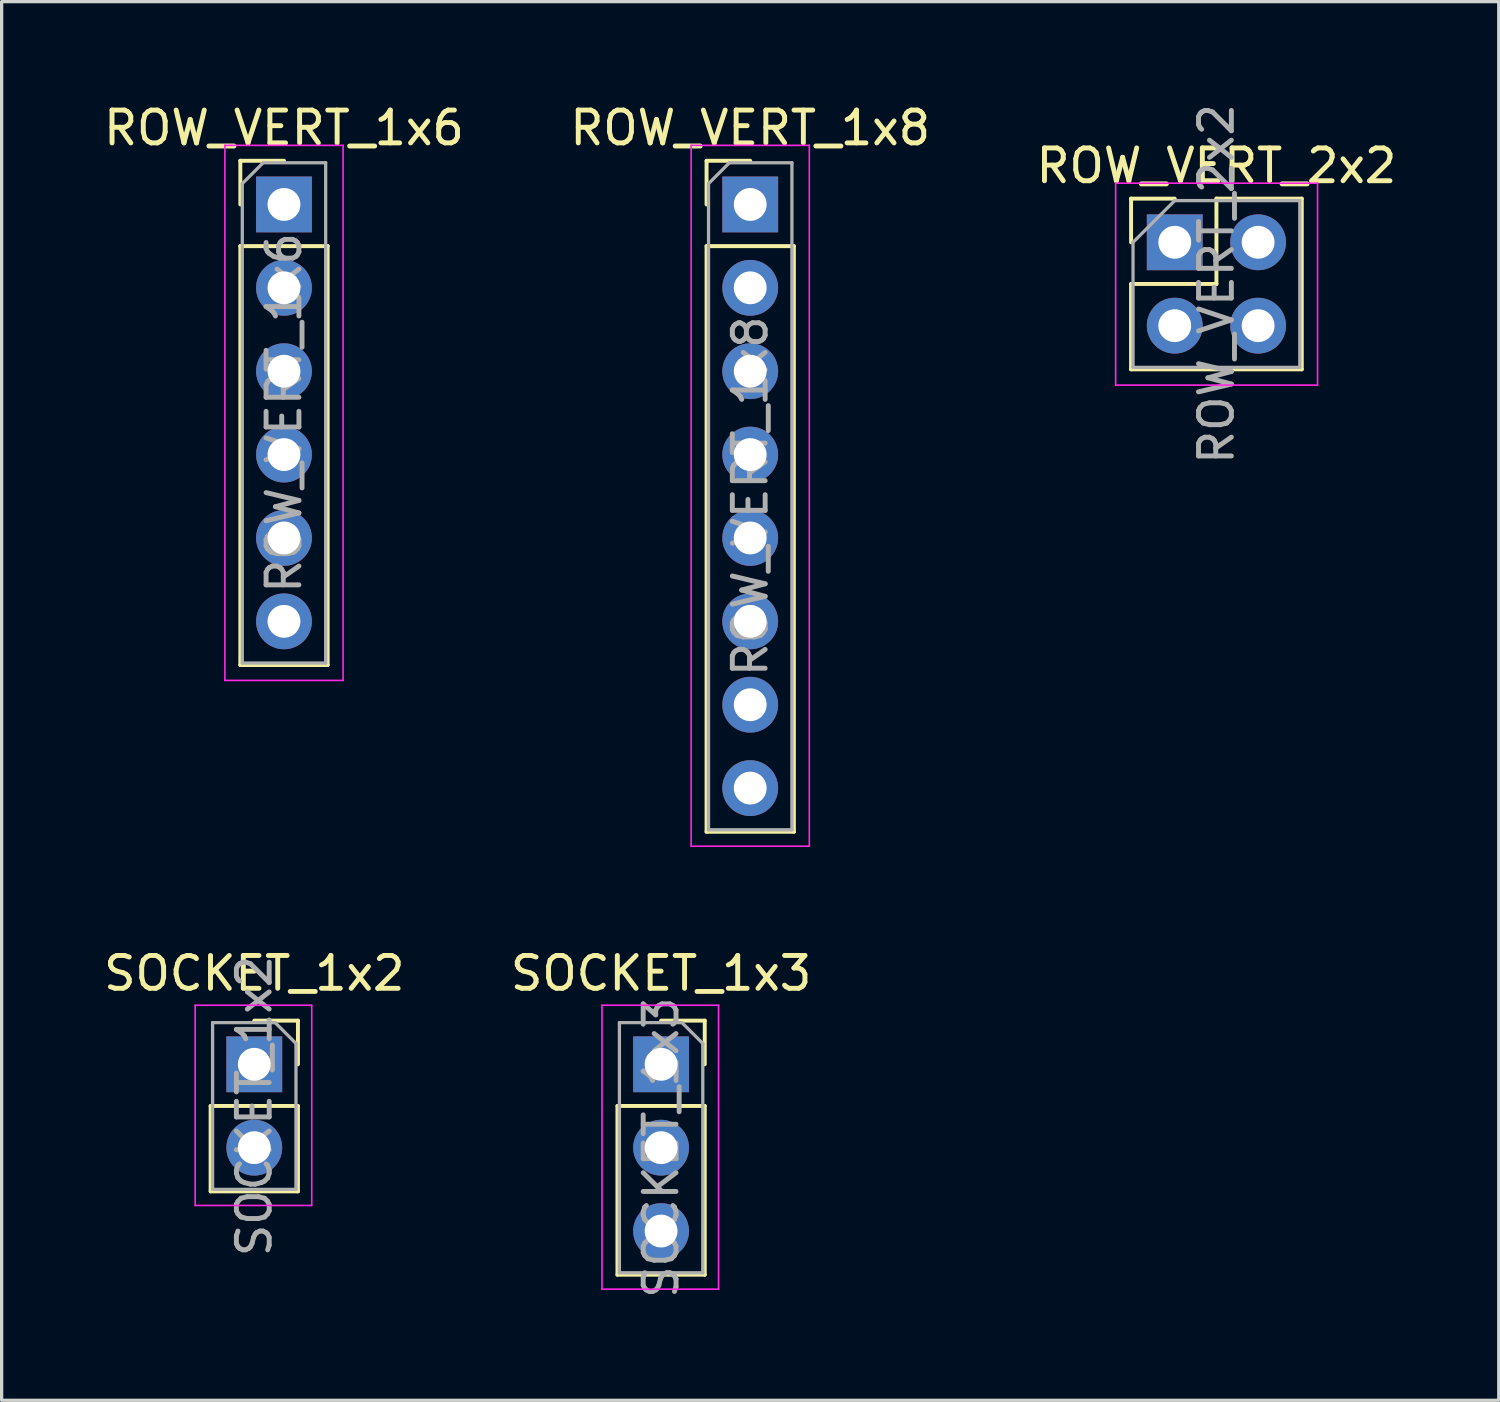
<source format=kicad_pcb>
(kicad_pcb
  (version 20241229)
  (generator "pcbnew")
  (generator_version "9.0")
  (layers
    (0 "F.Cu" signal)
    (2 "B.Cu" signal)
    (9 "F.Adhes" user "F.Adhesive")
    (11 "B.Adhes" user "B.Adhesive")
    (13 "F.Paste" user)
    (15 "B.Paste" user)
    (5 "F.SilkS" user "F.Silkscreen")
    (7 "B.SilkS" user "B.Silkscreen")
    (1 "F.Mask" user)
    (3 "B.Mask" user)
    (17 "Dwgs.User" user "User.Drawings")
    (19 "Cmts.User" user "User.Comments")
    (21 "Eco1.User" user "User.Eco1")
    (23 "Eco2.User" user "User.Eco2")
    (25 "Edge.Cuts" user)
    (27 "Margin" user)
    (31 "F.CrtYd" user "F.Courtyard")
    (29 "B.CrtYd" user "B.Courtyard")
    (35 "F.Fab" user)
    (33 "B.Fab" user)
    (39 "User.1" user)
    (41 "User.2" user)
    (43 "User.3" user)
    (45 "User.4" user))
  (footprint "SOCKET_1x3"
    (layer "F.Cu")
    (at 17.089 29.372)
    (property "Reference" "SOCKET_1x3" (at 0 -2.77 0) (layer "F.SilkS") (effects (font (size 1 1) (thickness 0.15))))
    (attr through_hole)
    (fp_line (start -1.33 1.27) (end -1.33 6.41) (stroke (width 0.12) (type solid)) (layer "F.SilkS"))
    (fp_line (start -1.33 1.27) (end 1.33 1.27) (stroke (width 0.12) (type solid)) (layer "F.SilkS"))
    (fp_line (start -1.33 6.41) (end 1.33 6.41) (stroke (width 0.12) (type solid)) (layer "F.SilkS"))
    (fp_line (start 0 -1.33) (end 1.33 -1.33) (stroke (width 0.12) (type solid)) (layer "F.SilkS"))
    (fp_line (start 1.33 -1.33) (end 1.33 0) (stroke (width 0.12) (type solid)) (layer "F.SilkS"))
    (fp_line (start 1.33 1.27) (end 1.33 6.41) (stroke (width 0.12) (type solid)) (layer "F.SilkS"))
    (fp_line (start -1.8 -1.8) (end 1.75 -1.8) (stroke (width 0.05) (type solid)) (layer "F.CrtYd"))
    (fp_line (start -1.8 6.85) (end -1.8 -1.8) (stroke (width 0.05) (type solid)) (layer "F.CrtYd"))
    (fp_line (start 1.75 -1.8) (end 1.75 6.85) (stroke (width 0.05) (type solid)) (layer "F.CrtYd"))
    (fp_line (start 1.75 6.85) (end -1.8 6.85) (stroke (width 0.05) (type solid)) (layer "F.CrtYd"))
    (fp_line (start -1.27 -1.27) (end 0.635 -1.27) (stroke (width 0.1) (type solid)) (layer "F.Fab"))
    (fp_line (start -1.27 6.35) (end -1.27 -1.27) (stroke (width 0.1) (type solid)) (layer "F.Fab"))
    (fp_line (start 0.635 -1.27) (end 1.27 -0.635) (stroke (width 0.1) (type solid)) (layer "F.Fab"))
    (fp_line (start 1.27 -0.635) (end 1.27 6.35) (stroke (width 0.1) (type solid)) (layer "F.Fab"))
    (fp_line (start 1.27 6.35) (end -1.27 6.35) (stroke (width 0.1) (type solid)) (layer "F.Fab"))
    (fp_text user "${REFERENCE}" (at 0 2.54 90) (layer "F.Fab") (effects (font (size 1 1) (thickness 0.15))))
    (pad "1" thru_hole rect (at 0 0) (size 1.7 1.7) (drill 1) (layers "*.Cu" "*.Mask"))
    (pad "2" thru_hole oval (at 0 2.54) (size 1.7 1.7) (drill 1) (layers "*.Cu" "*.Mask"))
    (pad "3" thru_hole oval (at 0 5.08) (size 1.7 1.7) (drill 1) (layers "*.Cu" "*.Mask")))
  (footprint "ROW_VERT_2x2"
    (layer "F.Cu")
    (at 32.736 4.331)
    (property "Reference" "ROW_VERT_2x2" (at 1.27 -2.33 0) (layer "F.SilkS") (effects (font (size 1 1) (thickness 0.15))))
    (attr through_hole)
    (fp_line (start -1.33 -1.33) (end 0 -1.33) (stroke (width 0.12) (type solid)) (layer "F.SilkS"))
    (fp_line (start -1.33 0) (end -1.33 -1.33) (stroke (width 0.12) (type solid)) (layer "F.SilkS"))
    (fp_line (start -1.33 1.27) (end -1.33 3.87) (stroke (width 0.12) (type solid)) (layer "F.SilkS"))
    (fp_line (start -1.33 1.27) (end 1.27 1.27) (stroke (width 0.12) (type solid)) (layer "F.SilkS"))
    (fp_line (start -1.33 3.87) (end 3.87 3.87) (stroke (width 0.12) (type solid)) (layer "F.SilkS"))
    (fp_line (start 1.27 -1.33) (end 3.87 -1.33) (stroke (width 0.12) (type solid)) (layer "F.SilkS"))
    (fp_line (start 1.27 1.27) (end 1.27 -1.33) (stroke (width 0.12) (type solid)) (layer "F.SilkS"))
    (fp_line (start 3.87 -1.33) (end 3.87 3.87) (stroke (width 0.12) (type solid)) (layer "F.SilkS"))
    (fp_line (start -1.8 -1.8) (end -1.8 4.35) (stroke (width 0.05) (type solid)) (layer "F.CrtYd"))
    (fp_line (start -1.8 4.35) (end 4.35 4.35) (stroke (width 0.05) (type solid)) (layer "F.CrtYd"))
    (fp_line (start 4.35 -1.8) (end -1.8 -1.8) (stroke (width 0.05) (type solid)) (layer "F.CrtYd"))
    (fp_line (start 4.35 4.35) (end 4.35 -1.8) (stroke (width 0.05) (type solid)) (layer "F.CrtYd"))
    (fp_line (start -1.27 0) (end 0 -1.27) (stroke (width 0.1) (type solid)) (layer "F.Fab"))
    (fp_line (start -1.27 3.81) (end -1.27 0) (stroke (width 0.1) (type solid)) (layer "F.Fab"))
    (fp_line (start 0 -1.27) (end 3.81 -1.27) (stroke (width 0.1) (type solid)) (layer "F.Fab"))
    (fp_line (start 3.81 -1.27) (end 3.81 3.81) (stroke (width 0.1) (type solid)) (layer "F.Fab"))
    (fp_line (start 3.81 3.81) (end -1.27 3.81) (stroke (width 0.1) (type solid)) (layer "F.Fab"))
    (fp_text user "${REFERENCE}" (at 1.27 1.27 90) (layer "F.Fab") (effects (font (size 1 1) (thickness 0.15))))
    (pad "1" thru_hole rect (at 0 0) (size 1.7 1.7) (drill 1) (layers "*.Cu" "*.Mask"))
    (pad "2" thru_hole oval (at 2.54 0) (size 1.7 1.7) (drill 1) (layers "*.Cu" "*.Mask"))
    (pad "3" thru_hole oval (at 0 2.54) (size 1.7 1.7) (drill 1) (layers "*.Cu" "*.Mask"))
    (pad "4" thru_hole oval (at 2.54 2.54) (size 1.7 1.7) (drill 1) (layers "*.Cu" "*.Mask")))
  (footprint "SOCKET_1x2"
    (layer "F.Cu")
    (at 4.696 29.372)
    (property "Reference" "SOCKET_1x2" (at 0 -2.77 0) (layer "F.SilkS") (effects (font (size 1 1) (thickness 0.15))))
    (attr through_hole)
    (fp_line (start -1.33 1.27) (end -1.33 3.87) (stroke (width 0.12) (type solid)) (layer "F.SilkS"))
    (fp_line (start -1.33 1.27) (end 1.33 1.27) (stroke (width 0.12) (type solid)) (layer "F.SilkS"))
    (fp_line (start -1.33 3.87) (end 1.33 3.87) (stroke (width 0.12) (type solid)) (layer "F.SilkS"))
    (fp_line (start 0 -1.33) (end 1.33 -1.33) (stroke (width 0.12) (type solid)) (layer "F.SilkS"))
    (fp_line (start 1.33 -1.33) (end 1.33 0) (stroke (width 0.12) (type solid)) (layer "F.SilkS"))
    (fp_line (start 1.33 1.27) (end 1.33 3.87) (stroke (width 0.12) (type solid)) (layer "F.SilkS"))
    (fp_line (start -1.8 -1.8) (end 1.75 -1.8) (stroke (width 0.05) (type solid)) (layer "F.CrtYd"))
    (fp_line (start -1.8 4.3) (end -1.8 -1.8) (stroke (width 0.05) (type solid)) (layer "F.CrtYd"))
    (fp_line (start 1.75 -1.8) (end 1.75 4.3) (stroke (width 0.05) (type solid)) (layer "F.CrtYd"))
    (fp_line (start 1.75 4.3) (end -1.8 4.3) (stroke (width 0.05) (type solid)) (layer "F.CrtYd"))
    (fp_line (start -1.27 -1.27) (end 0.635 -1.27) (stroke (width 0.1) (type solid)) (layer "F.Fab"))
    (fp_line (start -1.27 3.81) (end -1.27 -1.27) (stroke (width 0.1) (type solid)) (layer "F.Fab"))
    (fp_line (start 0.635 -1.27) (end 1.27 -0.635) (stroke (width 0.1) (type solid)) (layer "F.Fab"))
    (fp_line (start 1.27 -0.635) (end 1.27 3.81) (stroke (width 0.1) (type solid)) (layer "F.Fab"))
    (fp_line (start 1.27 3.81) (end -1.27 3.81) (stroke (width 0.1) (type solid)) (layer "F.Fab"))
    (fp_text user "${REFERENCE}" (at 0 1.27 90) (layer "F.Fab") (effects (font (size 1 1) (thickness 0.15))))
    (pad "1" thru_hole rect (at 0 0) (size 1.7 1.7) (drill 1) (layers "*.Cu" "*.Mask"))
    (pad "2" thru_hole oval (at 0 2.54) (size 1.7 1.7) (drill 1) (layers "*.Cu" "*.Mask")))
  (footprint "ROW_VERT_1x8"
    (layer "F.Cu")
    (at 19.804 3.178)
    (property "Reference" "ROW_VERT_1x8" (at 0 -2.33 0) (layer "F.SilkS") (effects (font (size 1 1) (thickness 0.15))))
    (attr through_hole)
    (fp_line (start -1.33 -1.33) (end 0 -1.33) (stroke (width 0.12) (type solid)) (layer "F.SilkS"))
    (fp_line (start -1.33 0) (end -1.33 -1.33) (stroke (width 0.12) (type solid)) (layer "F.SilkS"))
    (fp_line (start -1.33 1.27) (end -1.33 19.11) (stroke (width 0.12) (type solid)) (layer "F.SilkS"))
    (fp_line (start -1.33 1.27) (end 1.33 1.27) (stroke (width 0.12) (type solid)) (layer "F.SilkS"))
    (fp_line (start -1.33 19.11) (end 1.33 19.11) (stroke (width 0.12) (type solid)) (layer "F.SilkS"))
    (fp_line (start 1.33 1.27) (end 1.33 19.11) (stroke (width 0.12) (type solid)) (layer "F.SilkS"))
    (fp_line (start -1.8 -1.8) (end -1.8 19.55) (stroke (width 0.05) (type solid)) (layer "F.CrtYd"))
    (fp_line (start -1.8 19.55) (end 1.8 19.55) (stroke (width 0.05) (type solid)) (layer "F.CrtYd"))
    (fp_line (start 1.8 -1.8) (end -1.8 -1.8) (stroke (width 0.05) (type solid)) (layer "F.CrtYd"))
    (fp_line (start 1.8 19.55) (end 1.8 -1.8) (stroke (width 0.05) (type solid)) (layer "F.CrtYd"))
    (fp_line (start -1.27 -0.635) (end -0.635 -1.27) (stroke (width 0.1) (type solid)) (layer "F.Fab"))
    (fp_line (start -1.27 19.05) (end -1.27 -0.635) (stroke (width 0.1) (type solid)) (layer "F.Fab"))
    (fp_line (start -0.635 -1.27) (end 1.27 -1.27) (stroke (width 0.1) (type solid)) (layer "F.Fab"))
    (fp_line (start 1.27 -1.27) (end 1.27 19.05) (stroke (width 0.1) (type solid)) (layer "F.Fab"))
    (fp_line (start 1.27 19.05) (end -1.27 19.05) (stroke (width 0.1) (type solid)) (layer "F.Fab"))
    (fp_text user "${REFERENCE}" (at 0 8.89 90) (layer "F.Fab") (effects (font (size 1 1) (thickness 0.15))))
    (pad "1" thru_hole rect (at 0 0) (size 1.7 1.7) (drill 1) (layers "*.Cu" "*.Mask"))
    (pad "2" thru_hole oval (at 0 2.54) (size 1.7 1.7) (drill 1) (layers "*.Cu" "*.Mask"))
    (pad "3" thru_hole oval (at 0 5.08) (size 1.7 1.7) (drill 1) (layers "*.Cu" "*.Mask"))
    (pad "4" thru_hole oval (at 0 7.62) (size 1.7 1.7) (drill 1) (layers "*.Cu" "*.Mask"))
    (pad "5" thru_hole oval (at 0 10.16) (size 1.7 1.7) (drill 1) (layers "*.Cu" "*.Mask"))
    (pad "6" thru_hole oval (at 0 12.7) (size 1.7 1.7) (drill 1) (layers "*.Cu" "*.Mask"))
    (pad "7" thru_hole oval (at 0 15.24) (size 1.7 1.7) (drill 1) (layers "*.Cu" "*.Mask"))
    (pad "8" thru_hole oval (at 0 17.78) (size 1.7 1.7) (drill 1) (layers "*.Cu" "*.Mask")))
  (footprint "ROW_VERT_1x6"
    (layer "F.Cu")
    (at 5.601 3.178)
    (property "Reference" "ROW_VERT_1x6" (at 0 -2.33 0) (layer "F.SilkS") (effects (font (size 1 1) (thickness 0.15))))
    (attr through_hole)
    (fp_line (start -1.33 -1.33) (end 0 -1.33) (stroke (width 0.12) (type solid)) (layer "F.SilkS"))
    (fp_line (start -1.33 0) (end -1.33 -1.33) (stroke (width 0.12) (type solid)) (layer "F.SilkS"))
    (fp_line (start -1.33 1.27) (end -1.33 14.03) (stroke (width 0.12) (type solid)) (layer "F.SilkS"))
    (fp_line (start -1.33 1.27) (end 1.33 1.27) (stroke (width 0.12) (type solid)) (layer "F.SilkS"))
    (fp_line (start -1.33 14.03) (end 1.33 14.03) (stroke (width 0.12) (type solid)) (layer "F.SilkS"))
    (fp_line (start 1.33 1.27) (end 1.33 14.03) (stroke (width 0.12) (type solid)) (layer "F.SilkS"))
    (fp_line (start -1.8 -1.8) (end -1.8 14.5) (stroke (width 0.05) (type solid)) (layer "F.CrtYd"))
    (fp_line (start -1.8 14.5) (end 1.8 14.5) (stroke (width 0.05) (type solid)) (layer "F.CrtYd"))
    (fp_line (start 1.8 -1.8) (end -1.8 -1.8) (stroke (width 0.05) (type solid)) (layer "F.CrtYd"))
    (fp_line (start 1.8 14.5) (end 1.8 -1.8) (stroke (width 0.05) (type solid)) (layer "F.CrtYd"))
    (fp_line (start -1.27 -0.635) (end -0.635 -1.27) (stroke (width 0.1) (type solid)) (layer "F.Fab"))
    (fp_line (start -1.27 13.97) (end -1.27 -0.635) (stroke (width 0.1) (type solid)) (layer "F.Fab"))
    (fp_line (start -0.635 -1.27) (end 1.27 -1.27) (stroke (width 0.1) (type solid)) (layer "F.Fab"))
    (fp_line (start 1.27 -1.27) (end 1.27 13.97) (stroke (width 0.1) (type solid)) (layer "F.Fab"))
    (fp_line (start 1.27 13.97) (end -1.27 13.97) (stroke (width 0.1) (type solid)) (layer "F.Fab"))
    (fp_text user "${REFERENCE}" (at 0 6.35 90) (layer "F.Fab") (effects (font (size 1 1) (thickness 0.15))))
    (pad "1" thru_hole rect (at 0 0) (size 1.7 1.7) (drill 1) (layers "*.Cu" "*.Mask"))
    (pad "2" thru_hole oval (at 0 2.54) (size 1.7 1.7) (drill 1) (layers "*.Cu" "*.Mask"))
    (pad "3" thru_hole oval (at 0 5.08) (size 1.7 1.7) (drill 1) (layers "*.Cu" "*.Mask"))
    (pad "4" thru_hole oval (at 0 7.62) (size 1.7 1.7) (drill 1) (layers "*.Cu" "*.Mask"))
    (pad "5" thru_hole oval (at 0 10.16) (size 1.7 1.7) (drill 1) (layers "*.Cu" "*.Mask"))
    (pad "6" thru_hole oval (at 0 12.7) (size 1.7 1.7) (drill 1) (layers "*.Cu" "*.Mask")))
  (gr_rect
    (start -3 -3)
    (end 42.607 39.608)
    (stroke (width 0.1) (type default))
    (fill no)
    (layer "Edge.Cuts")))
</source>
